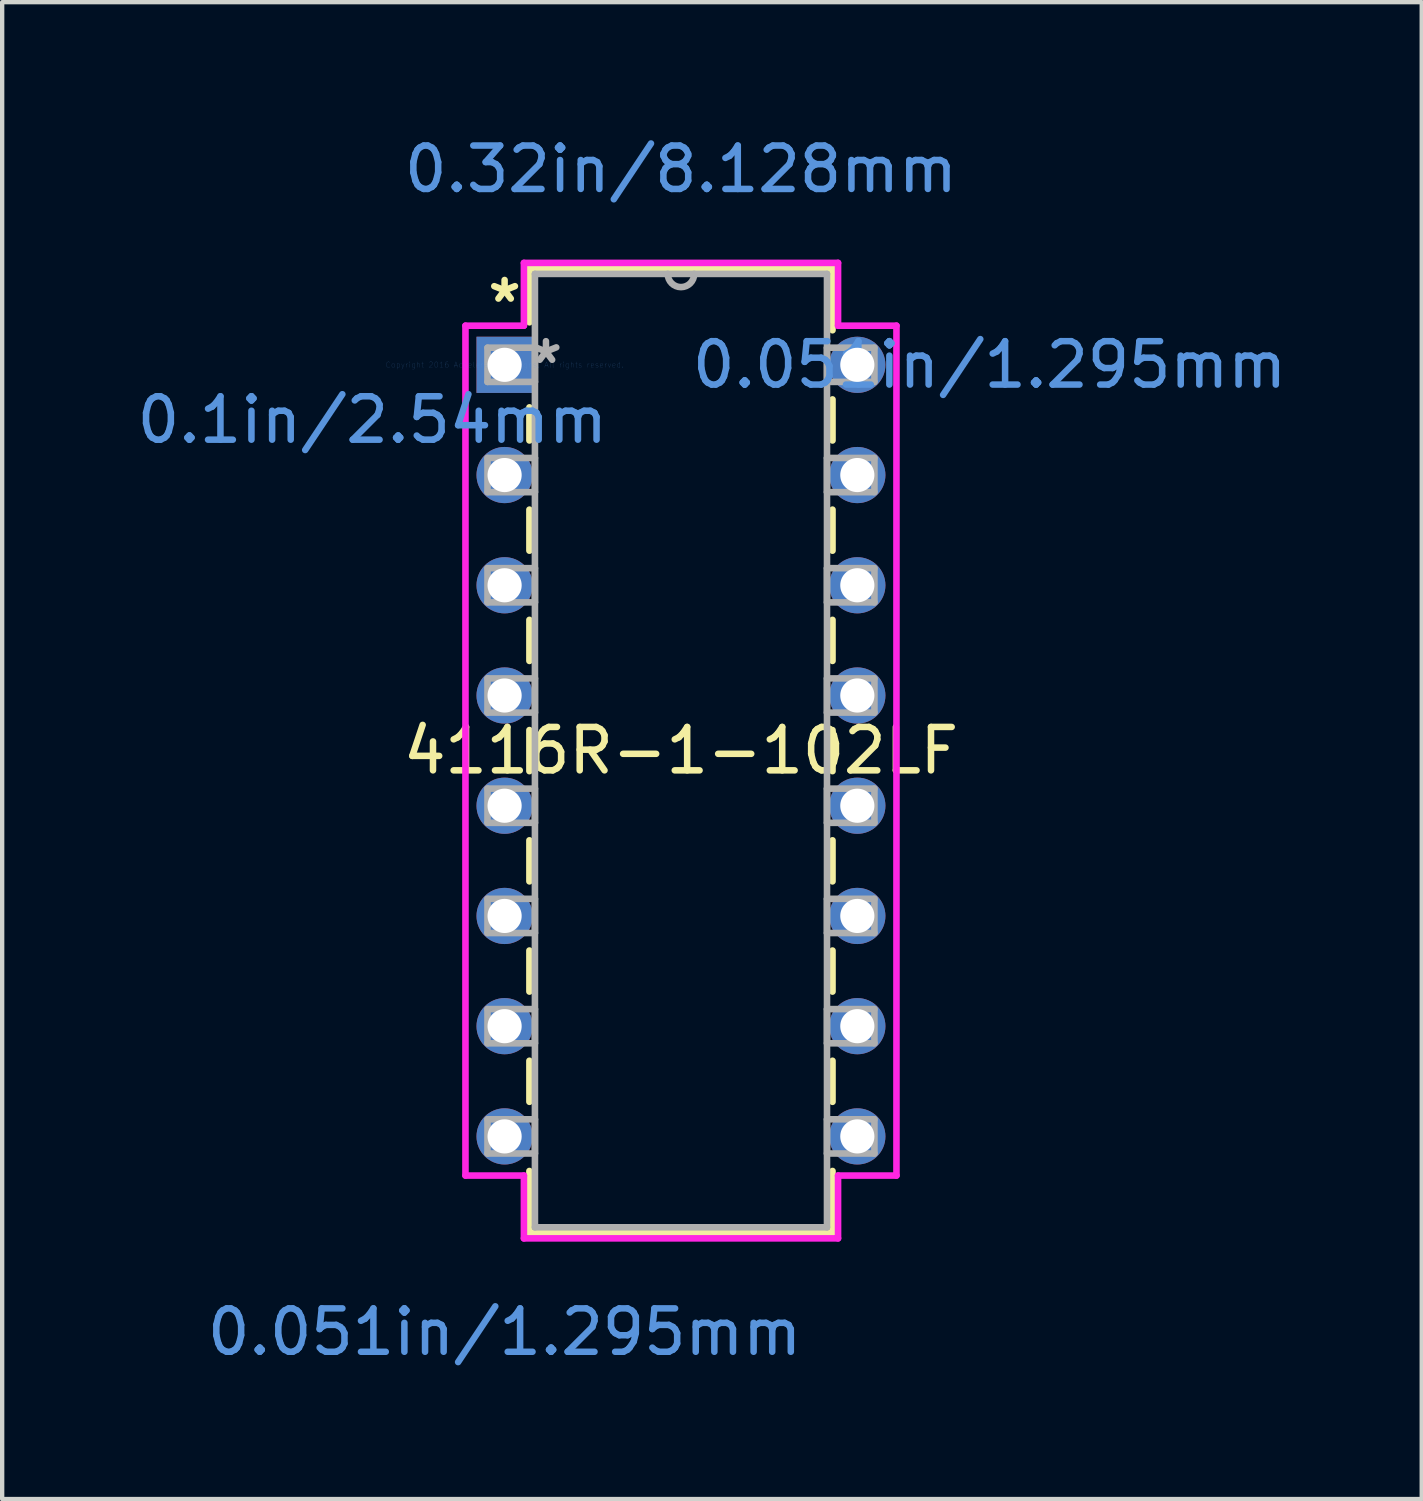
<source format=kicad_pcb>
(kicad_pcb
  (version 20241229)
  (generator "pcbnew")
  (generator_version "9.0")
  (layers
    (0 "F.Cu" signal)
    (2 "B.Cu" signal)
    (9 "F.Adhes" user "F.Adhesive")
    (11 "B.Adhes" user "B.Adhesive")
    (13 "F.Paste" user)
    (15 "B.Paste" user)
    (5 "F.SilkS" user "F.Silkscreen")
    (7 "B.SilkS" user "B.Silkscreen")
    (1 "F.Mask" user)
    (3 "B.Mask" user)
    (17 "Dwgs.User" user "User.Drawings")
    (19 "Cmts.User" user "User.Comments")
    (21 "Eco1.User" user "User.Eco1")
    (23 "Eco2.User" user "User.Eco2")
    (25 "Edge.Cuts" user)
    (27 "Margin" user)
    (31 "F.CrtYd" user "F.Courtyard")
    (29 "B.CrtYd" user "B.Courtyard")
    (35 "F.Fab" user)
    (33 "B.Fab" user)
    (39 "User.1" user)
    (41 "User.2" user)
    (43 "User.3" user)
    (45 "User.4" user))
  (footprint "4116R-1-102LF"
    (layer "F.Cu")
    (at 8.578 5.357)
    (property "Reference" "4116R-1-102LF" (at 4.064 8.89 0) (layer "F.SilkS") (effects (font (size 1 1) (thickness 0.15))))
    (attr through_hole)
    (fp_line (start 0.572 -2.223) (end 0.572 -0.98) (stroke (width 0.152) (type solid)) (layer "F.SilkS"))
    (fp_line (start 0.572 0.98) (end 0.572 1.743) (stroke (width 0.152) (type solid)) (layer "F.SilkS"))
    (fp_line (start 0.572 3.337) (end 0.572 4.283) (stroke (width 0.152) (type solid)) (layer "F.SilkS"))
    (fp_line (start 0.572 5.877) (end 0.572 6.823) (stroke (width 0.152) (type solid)) (layer "F.SilkS"))
    (fp_line (start 0.572 8.417) (end 0.572 9.363) (stroke (width 0.152) (type solid)) (layer "F.SilkS"))
    (fp_line (start 0.572 10.957) (end 0.572 11.903) (stroke (width 0.152) (type solid)) (layer "F.SilkS"))
    (fp_line (start 0.572 13.497) (end 0.572 14.443) (stroke (width 0.152) (type solid)) (layer "F.SilkS"))
    (fp_line (start 0.572 16.037) (end 0.572 16.983) (stroke (width 0.152) (type solid)) (layer "F.SilkS"))
    (fp_line (start 0.572 18.577) (end 0.572 20.003) (stroke (width 0.152) (type solid)) (layer "F.SilkS"))
    (fp_line (start 0.572 20.003) (end 7.556 20.003) (stroke (width 0.152) (type solid)) (layer "F.SilkS"))
    (fp_line (start 7.556 -2.223) (end 0.572 -2.223) (stroke (width 0.152) (type solid)) (layer "F.SilkS"))
    (fp_line (start 7.556 -0.797) (end 7.556 -2.223) (stroke (width 0.152) (type solid)) (layer "F.SilkS"))
    (fp_line (start 7.556 1.743) (end 7.556 0.797) (stroke (width 0.152) (type solid)) (layer "F.SilkS"))
    (fp_line (start 7.556 4.283) (end 7.556 3.337) (stroke (width 0.152) (type solid)) (layer "F.SilkS"))
    (fp_line (start 7.556 6.823) (end 7.556 5.877) (stroke (width 0.152) (type solid)) (layer "F.SilkS"))
    (fp_line (start 7.556 9.363) (end 7.556 8.417) (stroke (width 0.152) (type solid)) (layer "F.SilkS"))
    (fp_line (start 7.556 11.903) (end 7.556 10.957) (stroke (width 0.152) (type solid)) (layer "F.SilkS"))
    (fp_line (start 7.556 14.443) (end 7.556 13.497) (stroke (width 0.152) (type solid)) (layer "F.SilkS"))
    (fp_line (start 7.556 16.983) (end 7.556 16.037) (stroke (width 0.152) (type solid)) (layer "F.SilkS"))
    (fp_line (start 7.556 20.003) (end 7.556 18.577) (stroke (width 0.152) (type solid)) (layer "F.SilkS"))
    (fp_line (start -0.902 -0.902) (end 0.445 -0.902) (stroke (width 0.152) (type solid)) (layer "F.CrtYd"))
    (fp_line (start -0.902 18.682) (end -0.902 -0.902) (stroke (width 0.152) (type solid)) (layer "F.CrtYd"))
    (fp_line (start 0.445 -2.349) (end 7.684 -2.349) (stroke (width 0.152) (type solid)) (layer "F.CrtYd"))
    (fp_line (start 0.445 -0.902) (end 0.445 -2.349) (stroke (width 0.152) (type solid)) (layer "F.CrtYd"))
    (fp_line (start 0.445 18.682) (end -0.902 18.682) (stroke (width 0.152) (type solid)) (layer "F.CrtYd"))
    (fp_line (start 0.445 20.13) (end 0.445 18.682) (stroke (width 0.152) (type solid)) (layer "F.CrtYd"))
    (fp_line (start 7.684 -2.349) (end 7.684 -0.902) (stroke (width 0.152) (type solid)) (layer "F.CrtYd"))
    (fp_line (start 7.684 18.682) (end 7.684 20.13) (stroke (width 0.152) (type solid)) (layer "F.CrtYd"))
    (fp_line (start 7.684 20.13) (end 0.445 20.13) (stroke (width 0.152) (type solid)) (layer "F.CrtYd"))
    (fp_line (start 9.03 -0.902) (end 7.684 -0.902) (stroke (width 0.152) (type solid)) (layer "F.CrtYd"))
    (fp_line (start 9.03 -0.902) (end 9.03 18.682) (stroke (width 0.152) (type solid)) (layer "F.CrtYd"))
    (fp_line (start 9.03 18.682) (end 7.684 18.682) (stroke (width 0.152) (type solid)) (layer "F.CrtYd"))
    (fp_line (start -0.394 -0.394) (end -0.394 0.394) (stroke (width 0.152) (type solid)) (layer "F.Fab"))
    (fp_line (start -0.394 0.394) (end 0.699 0.394) (stroke (width 0.152) (type solid)) (layer "F.Fab"))
    (fp_line (start -0.394 2.146) (end -0.394 2.934) (stroke (width 0.152) (type solid)) (layer "F.Fab"))
    (fp_line (start -0.394 2.934) (end 0.699 2.934) (stroke (width 0.152) (type solid)) (layer "F.Fab"))
    (fp_line (start -0.394 4.686) (end -0.394 5.474) (stroke (width 0.152) (type solid)) (layer "F.Fab"))
    (fp_line (start -0.394 5.474) (end 0.699 5.474) (stroke (width 0.152) (type solid)) (layer "F.Fab"))
    (fp_line (start -0.394 7.226) (end -0.394 8.014) (stroke (width 0.152) (type solid)) (layer "F.Fab"))
    (fp_line (start -0.394 8.014) (end 0.699 8.014) (stroke (width 0.152) (type solid)) (layer "F.Fab"))
    (fp_line (start -0.394 9.766) (end -0.394 10.554) (stroke (width 0.152) (type solid)) (layer "F.Fab"))
    (fp_line (start -0.394 10.554) (end 0.699 10.554) (stroke (width 0.152) (type solid)) (layer "F.Fab"))
    (fp_line (start -0.394 12.306) (end -0.394 13.094) (stroke (width 0.152) (type solid)) (layer "F.Fab"))
    (fp_line (start -0.394 13.094) (end 0.699 13.094) (stroke (width 0.152) (type solid)) (layer "F.Fab"))
    (fp_line (start -0.394 14.846) (end -0.394 15.634) (stroke (width 0.152) (type solid)) (layer "F.Fab"))
    (fp_line (start -0.394 15.634) (end 0.699 15.634) (stroke (width 0.152) (type solid)) (layer "F.Fab"))
    (fp_line (start -0.394 17.386) (end -0.394 18.174) (stroke (width 0.152) (type solid)) (layer "F.Fab"))
    (fp_line (start -0.394 18.174) (end 0.699 18.174) (stroke (width 0.152) (type solid)) (layer "F.Fab"))
    (fp_line (start 0.699 -2.095) (end 0.699 19.875) (stroke (width 0.152) (type solid)) (layer "F.Fab"))
    (fp_line (start 0.699 -0.394) (end -0.394 -0.394) (stroke (width 0.152) (type solid)) (layer "F.Fab"))
    (fp_line (start 0.699 0.394) (end 0.699 -0.394) (stroke (width 0.152) (type solid)) (layer "F.Fab"))
    (fp_line (start 0.699 2.146) (end -0.394 2.146) (stroke (width 0.152) (type solid)) (layer "F.Fab"))
    (fp_line (start 0.699 2.934) (end 0.699 2.146) (stroke (width 0.152) (type solid)) (layer "F.Fab"))
    (fp_line (start 0.699 4.686) (end -0.394 4.686) (stroke (width 0.152) (type solid)) (layer "F.Fab"))
    (fp_line (start 0.699 5.474) (end 0.699 4.686) (stroke (width 0.152) (type solid)) (layer "F.Fab"))
    (fp_line (start 0.699 7.226) (end -0.394 7.226) (stroke (width 0.152) (type solid)) (layer "F.Fab"))
    (fp_line (start 0.699 8.014) (end 0.699 7.226) (stroke (width 0.152) (type solid)) (layer "F.Fab"))
    (fp_line (start 0.699 9.766) (end -0.394 9.766) (stroke (width 0.152) (type solid)) (layer "F.Fab"))
    (fp_line (start 0.699 10.554) (end 0.699 9.766) (stroke (width 0.152) (type solid)) (layer "F.Fab"))
    (fp_line (start 0.699 12.306) (end -0.394 12.306) (stroke (width 0.152) (type solid)) (layer "F.Fab"))
    (fp_line (start 0.699 13.094) (end 0.699 12.306) (stroke (width 0.152) (type solid)) (layer "F.Fab"))
    (fp_line (start 0.699 14.846) (end -0.394 14.846) (stroke (width 0.152) (type solid)) (layer "F.Fab"))
    (fp_line (start 0.699 15.634) (end 0.699 14.846) (stroke (width 0.152) (type solid)) (layer "F.Fab"))
    (fp_line (start 0.699 17.386) (end -0.394 17.386) (stroke (width 0.152) (type solid)) (layer "F.Fab"))
    (fp_line (start 0.699 18.174) (end 0.699 17.386) (stroke (width 0.152) (type solid)) (layer "F.Fab"))
    (fp_line (start 0.699 19.875) (end 7.429 19.875) (stroke (width 0.152) (type solid)) (layer "F.Fab"))
    (fp_line (start 7.429 -2.095) (end 0.699 -2.095) (stroke (width 0.152) (type solid)) (layer "F.Fab"))
    (fp_line (start 7.429 -0.394) (end 7.429 0.394) (stroke (width 0.152) (type solid)) (layer "F.Fab"))
    (fp_line (start 7.429 0.394) (end 8.522 0.394) (stroke (width 0.152) (type solid)) (layer "F.Fab"))
    (fp_line (start 7.429 2.146) (end 7.429 2.934) (stroke (width 0.152) (type solid)) (layer "F.Fab"))
    (fp_line (start 7.429 2.934) (end 8.522 2.934) (stroke (width 0.152) (type solid)) (layer "F.Fab"))
    (fp_line (start 7.429 4.686) (end 7.429 5.474) (stroke (width 0.152) (type solid)) (layer "F.Fab"))
    (fp_line (start 7.429 5.474) (end 8.522 5.474) (stroke (width 0.152) (type solid)) (layer "F.Fab"))
    (fp_line (start 7.429 7.226) (end 7.429 8.014) (stroke (width 0.152) (type solid)) (layer "F.Fab"))
    (fp_line (start 7.429 8.014) (end 8.522 8.014) (stroke (width 0.152) (type solid)) (layer "F.Fab"))
    (fp_line (start 7.429 9.766) (end 7.429 10.554) (stroke (width 0.152) (type solid)) (layer "F.Fab"))
    (fp_line (start 7.429 10.554) (end 8.522 10.554) (stroke (width 0.152) (type solid)) (layer "F.Fab"))
    (fp_line (start 7.429 12.306) (end 7.429 13.094) (stroke (width 0.152) (type solid)) (layer "F.Fab"))
    (fp_line (start 7.429 13.094) (end 8.522 13.094) (stroke (width 0.152) (type solid)) (layer "F.Fab"))
    (fp_line (start 7.429 14.846) (end 7.429 15.634) (stroke (width 0.152) (type solid)) (layer "F.Fab"))
    (fp_line (start 7.429 15.634) (end 8.522 15.634) (stroke (width 0.152) (type solid)) (layer "F.Fab"))
    (fp_line (start 7.429 17.386) (end 7.429 18.174) (stroke (width 0.152) (type solid)) (layer "F.Fab"))
    (fp_line (start 7.429 18.174) (end 8.522 18.174) (stroke (width 0.152) (type solid)) (layer "F.Fab"))
    (fp_line (start 7.429 19.875) (end 7.429 -2.095) (stroke (width 0.152) (type solid)) (layer "F.Fab"))
    (fp_line (start 8.522 -0.394) (end 7.429 -0.394) (stroke (width 0.152) (type solid)) (layer "F.Fab"))
    (fp_line (start 8.522 0.394) (end 8.522 -0.394) (stroke (width 0.152) (type solid)) (layer "F.Fab"))
    (fp_line (start 8.522 2.146) (end 7.429 2.146) (stroke (width 0.152) (type solid)) (layer "F.Fab"))
    (fp_line (start 8.522 2.934) (end 8.522 2.146) (stroke (width 0.152) (type solid)) (layer "F.Fab"))
    (fp_line (start 8.522 4.686) (end 7.429 4.686) (stroke (width 0.152) (type solid)) (layer "F.Fab"))
    (fp_line (start 8.522 5.474) (end 8.522 4.686) (stroke (width 0.152) (type solid)) (layer "F.Fab"))
    (fp_line (start 8.522 7.226) (end 7.429 7.226) (stroke (width 0.152) (type solid)) (layer "F.Fab"))
    (fp_line (start 8.522 8.014) (end 8.522 7.226) (stroke (width 0.152) (type solid)) (layer "F.Fab"))
    (fp_line (start 8.522 9.766) (end 7.429 9.766) (stroke (width 0.152) (type solid)) (layer "F.Fab"))
    (fp_line (start 8.522 10.554) (end 8.522 9.766) (stroke (width 0.152) (type solid)) (layer "F.Fab"))
    (fp_line (start 8.522 12.306) (end 7.429 12.306) (stroke (width 0.152) (type solid)) (layer "F.Fab"))
    (fp_line (start 8.522 13.094) (end 8.522 12.306) (stroke (width 0.152) (type solid)) (layer "F.Fab"))
    (fp_line (start 8.522 14.846) (end 7.429 14.846) (stroke (width 0.152) (type solid)) (layer "F.Fab"))
    (fp_line (start 8.522 15.634) (end 8.522 14.846) (stroke (width 0.152) (type solid)) (layer "F.Fab"))
    (fp_line (start 8.522 17.386) (end 7.429 17.386) (stroke (width 0.152) (type solid)) (layer "F.Fab"))
    (fp_line (start 8.522 18.174) (end 8.522 17.386) (stroke (width 0.152) (type solid)) (layer "F.Fab"))
    (fp_arc (start 4.3688 -2.0955) (mid 4.064 -1.7907) (end 3.7592 -2.0955) (stroke (width 0.1524) (type solid)) (layer "F.Fab"))
    (fp_text user "*" (at 0 -1.41 0) (layer "F.SilkS") (effects (font (size 1 1) (thickness 0.15))))
    (fp_text user "Copyright 2016 Accelerated Designs. All rights reserved." (at 0 0 0) (layer "Cmts.User") (effects (font (size 0.127 0.127) (thickness 0.002))))
    (fp_text user "0.32in/8.128mm" (at 4.064 -4.508 0) (layer "Cmts.User") (effects (font (size 1 1) (thickness 0.15))))
    (fp_text user "0.051in/1.295mm" (at 0 22.288 0) (layer "Cmts.User") (effects (font (size 1 1) (thickness 0.15))))
    (fp_text user "0.1in/2.54mm" (at -3.048 1.27 0) (layer "Cmts.User") (effects (font (size 1 1) (thickness 0.15))))
    (fp_text user "0.051in/1.295mm" (at 11.176 0 0) (layer "Cmts.User") (effects (font (size 1 1) (thickness 0.15))))
    (fp_text user "*" (at 0.953 0 0) (layer "F.Fab") (effects (font (size 1 1) (thickness 0.15))))
    (pad "1" thru_hole rect (at 0 0) (size 1.295 1.295) (drill 0.787) (layers "*.Cu" "*.Mask"))
    (pad "2" thru_hole circle (at 0 2.54) (size 1.295 1.295) (drill 0.787) (layers "*.Cu" "*.Mask"))
    (pad "3" thru_hole circle (at 0 5.08) (size 1.295 1.295) (drill 0.787) (layers "*.Cu" "*.Mask"))
    (pad "4" thru_hole circle (at 0 7.62) (size 1.295 1.295) (drill 0.787) (layers "*.Cu" "*.Mask"))
    (pad "5" thru_hole circle (at 0 10.16) (size 1.295 1.295) (drill 0.787) (layers "*.Cu" "*.Mask"))
    (pad "6" thru_hole circle (at 0 12.7) (size 1.295 1.295) (drill 0.787) (layers "*.Cu" "*.Mask"))
    (pad "7" thru_hole circle (at 0 15.24) (size 1.295 1.295) (drill 0.787) (layers "*.Cu" "*.Mask"))
    (pad "8" thru_hole circle (at 0 17.78) (size 1.295 1.295) (drill 0.787) (layers "*.Cu" "*.Mask"))
    (pad "9" thru_hole circle (at 8.128 17.78) (size 1.295 1.295) (drill 0.787) (layers "*.Cu" "*.Mask"))
    (pad "10" thru_hole circle (at 8.128 15.24) (size 1.295 1.295) (drill 0.787) (layers "*.Cu" "*.Mask"))
    (pad "11" thru_hole circle (at 8.128 12.7) (size 1.295 1.295) (drill 0.787) (layers "*.Cu" "*.Mask"))
    (pad "12" thru_hole circle (at 8.128 10.16) (size 1.295 1.295) (drill 0.787) (layers "*.Cu" "*.Mask"))
    (pad "13" thru_hole circle (at 8.128 7.62) (size 1.295 1.295) (drill 0.787) (layers "*.Cu" "*.Mask"))
    (pad "14" thru_hole circle (at 8.128 5.08) (size 1.295 1.295) (drill 0.787) (layers "*.Cu" "*.Mask"))
    (pad "15" thru_hole circle (at 8.128 2.54) (size 1.295 1.295) (drill 0.787) (layers "*.Cu" "*.Mask"))
    (pad "16" thru_hole circle (at 8.128 0) (size 1.295 1.295) (drill 0.787) (layers "*.Cu" "*.Mask")))
  (gr_rect
    (start -3 -3)
    (end 29.712 31.494)
    (stroke (width 0.1) (type default))
    (fill no)
    (layer "Edge.Cuts")))
</source>
